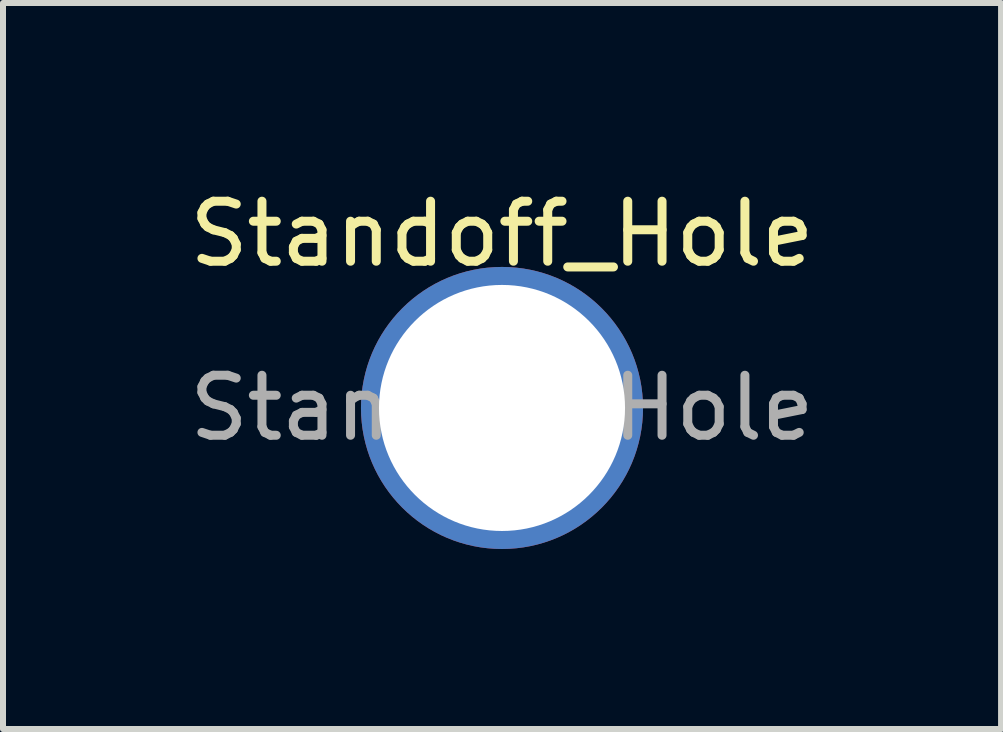
<source format=kicad_pcb>
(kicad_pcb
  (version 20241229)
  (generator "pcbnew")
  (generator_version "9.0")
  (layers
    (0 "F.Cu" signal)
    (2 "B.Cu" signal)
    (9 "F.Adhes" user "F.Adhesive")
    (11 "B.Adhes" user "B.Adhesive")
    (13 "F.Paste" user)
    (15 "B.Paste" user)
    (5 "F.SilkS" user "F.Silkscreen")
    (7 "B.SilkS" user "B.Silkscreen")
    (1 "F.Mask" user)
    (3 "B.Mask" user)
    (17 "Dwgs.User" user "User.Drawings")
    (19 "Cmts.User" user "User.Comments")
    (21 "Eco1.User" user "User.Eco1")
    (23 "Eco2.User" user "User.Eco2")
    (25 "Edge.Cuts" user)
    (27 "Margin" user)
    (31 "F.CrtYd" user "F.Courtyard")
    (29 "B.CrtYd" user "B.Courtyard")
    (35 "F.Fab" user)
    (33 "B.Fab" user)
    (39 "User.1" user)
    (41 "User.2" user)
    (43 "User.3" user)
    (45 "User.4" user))
  (footprint "Standoff_Hole"
    (layer "F.Cu")
    (at 5.315 3.748)
    (property "Reference" "Standoff_Hole" (at 0 -2.9 0) (layer "F.SilkS") (effects (font (size 1 1) (thickness 0.15))))
    (attr exclude_from_pos_files exclude_from_bom)
    (fp_circle (center 0 0) (end 1.9 0) (stroke (width 0.15) (type solid)) (fill no) (layer "Cmts.User"))
    (fp_text user "${REFERENCE}" (at 0 0 0) (layer "F.Fab") (effects (font (size 1 1) (thickness 0.15))))
    (pad "1" thru_hole circle (at 0 0) (size 4.7 4.7) (drill 4.1) (layers "*.Cu" "*.Mask")))
  (gr_rect
    (start -3 -3)
    (end 13.631 9.098)
    (stroke (width 0.1) (type default))
    (fill no)
    (layer "Edge.Cuts")))
</source>
